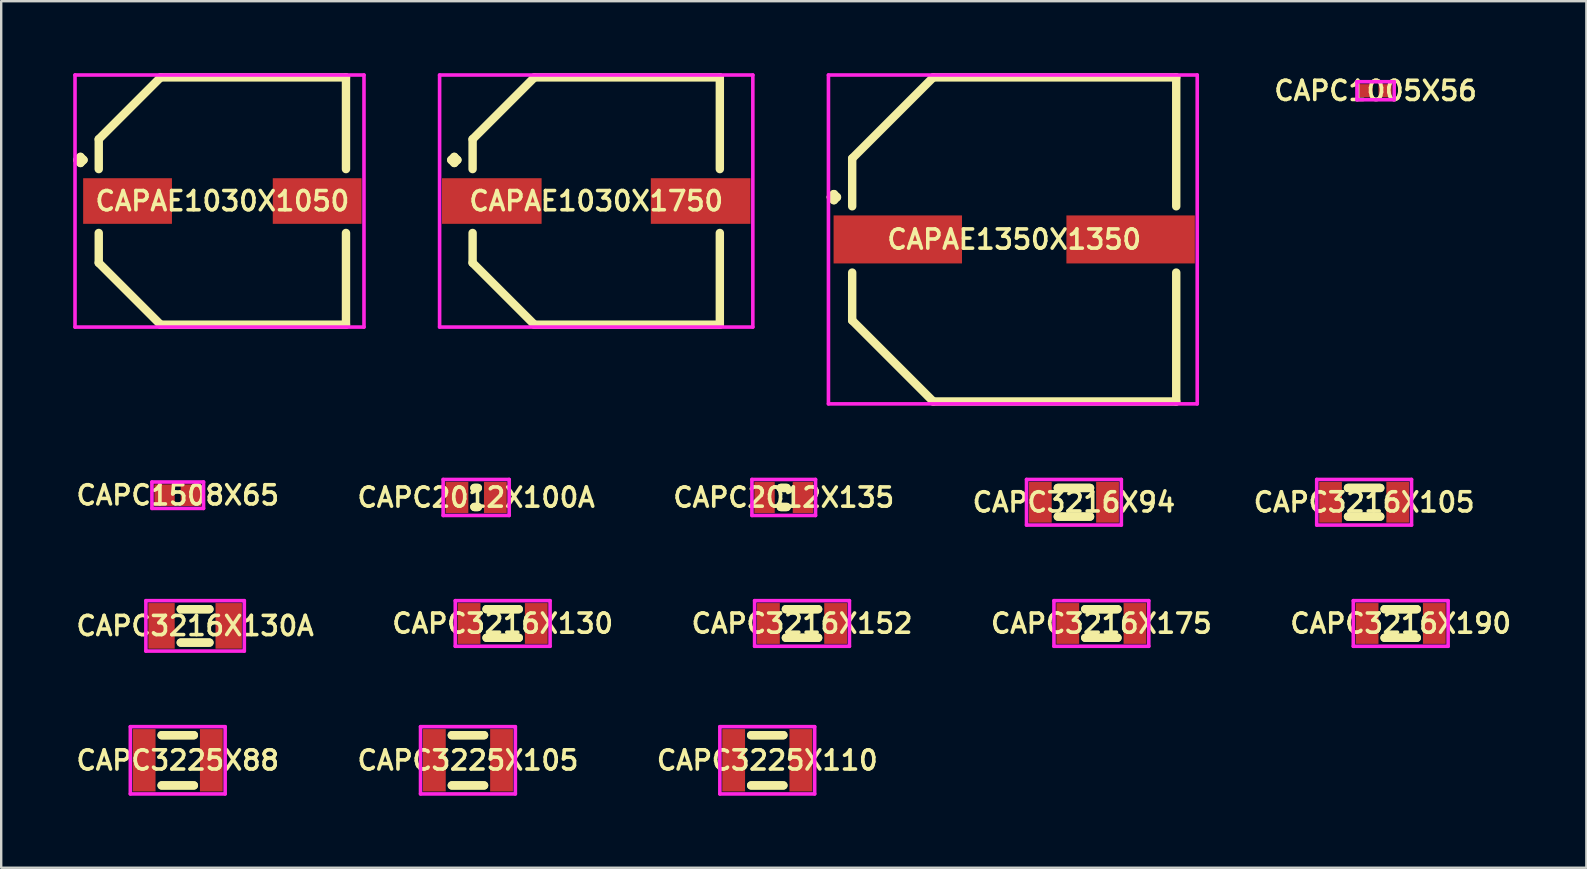
<source format=kicad_pcb>
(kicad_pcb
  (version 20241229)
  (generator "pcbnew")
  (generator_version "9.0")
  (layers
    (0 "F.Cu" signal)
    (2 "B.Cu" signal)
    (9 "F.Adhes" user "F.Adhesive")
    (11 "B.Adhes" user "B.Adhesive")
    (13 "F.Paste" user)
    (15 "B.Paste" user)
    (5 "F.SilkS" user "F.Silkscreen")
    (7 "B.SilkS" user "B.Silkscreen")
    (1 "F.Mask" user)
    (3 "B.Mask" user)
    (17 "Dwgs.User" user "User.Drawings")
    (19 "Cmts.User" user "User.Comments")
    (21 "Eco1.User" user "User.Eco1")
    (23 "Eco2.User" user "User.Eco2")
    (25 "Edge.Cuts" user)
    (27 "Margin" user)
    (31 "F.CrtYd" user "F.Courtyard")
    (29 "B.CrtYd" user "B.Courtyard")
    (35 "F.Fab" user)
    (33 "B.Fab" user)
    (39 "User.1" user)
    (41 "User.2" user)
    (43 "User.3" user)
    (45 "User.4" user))
  (footprint "CAPAE1350X1350"
    (layer "F.Cu")
    (at 39.203 6.925)
    (property "Reference" "CAPAE1350X1350" (at 0 0 0) (layer "F.SilkS") (effects (font (size 0.8 0.8) (thickness 0.15))))
    (attr smd)
    (fp_line (start -7.639 -1.762) (end -7.512 -1.889) (stroke (width 0.35) (type solid)) (layer "F.SilkS"))
    (fp_line (start -7.512 -1.889) (end -7.385 -1.762) (stroke (width 0.35) (type solid)) (layer "F.SilkS"))
    (fp_line (start -7.512 -1.635) (end -7.639 -1.762) (stroke (width 0.35) (type solid)) (layer "F.SilkS"))
    (fp_line (start -7.385 -1.762) (end -7.512 -1.635) (stroke (width 0.35) (type solid)) (layer "F.SilkS"))
    (fp_line (start -6.75 -3.375) (end -6.75 -1.381) (stroke (width 0.35) (type solid)) (layer "F.SilkS"))
    (fp_line (start -6.75 3.375) (end -6.75 1.381) (stroke (width 0.35) (type solid)) (layer "F.SilkS"))
    (fp_line (start -3.375 -6.75) (end -6.75 -3.375) (stroke (width 0.35) (type solid)) (layer "F.SilkS"))
    (fp_line (start -3.375 6.75) (end -6.75 3.375) (stroke (width 0.35) (type solid)) (layer "F.SilkS"))
    (fp_line (start 6.75 -6.75) (end -3.375 -6.75) (stroke (width 0.35) (type solid)) (layer "F.SilkS"))
    (fp_line (start 6.75 -1.381) (end 6.75 -6.75) (stroke (width 0.35) (type solid)) (layer "F.SilkS"))
    (fp_line (start 6.75 1.381) (end 6.75 6.75) (stroke (width 0.35) (type solid)) (layer "F.SilkS"))
    (fp_line (start 6.75 6.75) (end -3.375 6.75) (stroke (width 0.35) (type solid)) (layer "F.SilkS"))
    (fp_line (start -7.739 -6.85) (end 7.625 -6.85) (stroke (width 0.15) (type solid)) (layer "F.CrtYd"))
    (fp_line (start -7.739 6.85) (end -7.739 -6.85) (stroke (width 0.15) (type solid)) (layer "F.CrtYd"))
    (fp_line (start 7.625 -6.85) (end 7.625 6.85) (stroke (width 0.15) (type solid)) (layer "F.CrtYd"))
    (fp_line (start 7.625 6.85) (end -7.739 6.85) (stroke (width 0.15) (type solid)) (layer "F.CrtYd"))
    (pad "1" smd rect (at -4.85 0) (size 5.35 2) (layers "F.Cu" "F.Mask" "F.Paste"))
    (pad "2" smd rect (at 4.85 0) (size 5.35 2) (layers "F.Cu" "F.Mask" "F.Paste")))
  (footprint "CAPC3216X105"
    (layer "F.Cu")
    (at 53.781 17.875)
    (property "Reference" "CAPC3216X105" (at 0 0 0) (layer "F.SilkS") (effects (font (size 0.8 0.8) (thickness 0.15))))
    (attr smd)
    (fp_line (start -0.671 -0.596) (end 0.671 -0.596) (stroke (width 0.35) (type solid)) (layer "F.SilkS"))
    (fp_line (start -0.671 0.596) (end 0.671 0.596) (stroke (width 0.35) (type solid)) (layer "F.SilkS"))
    (fp_line (start 0.671 -0.596) (end -0.671 -0.596) (stroke (width 0.35) (type solid)) (layer "F.SilkS"))
    (fp_line (start 0.671 0.596) (end -0.671 0.596) (stroke (width 0.35) (type solid)) (layer "F.SilkS"))
    (fp_line (start -1.975 -0.95) (end 1.975 -0.95) (stroke (width 0.15) (type solid)) (layer "F.CrtYd"))
    (fp_line (start -1.975 0.95) (end -1.975 -0.95) (stroke (width 0.15) (type solid)) (layer "F.CrtYd"))
    (fp_line (start 1.975 -0.95) (end 1.975 0.95) (stroke (width 0.15) (type solid)) (layer "F.CrtYd"))
    (fp_line (start 1.975 0.95) (end -1.975 0.95) (stroke (width 0.15) (type solid)) (layer "F.CrtYd"))
    (pad "1" smd rect (at -1.4 0) (size 0.95 1.7) (layers "F.Cu" "F.Mask" "F.Paste"))
    (pad "2" smd rect (at 1.4 0) (size 0.95 1.7) (layers "F.Cu" "F.Mask" "F.Paste")))
  (footprint "CAPC3216X190"
    (layer "F.Cu")
    (at 55.305 22.925)
    (property "Reference" "CAPC3216X190" (at 0 0 0) (layer "F.SilkS") (effects (font (size 0.8 0.8) (thickness 0.15))))
    (attr smd)
    (fp_line (start -0.671 -0.596) (end 0.671 -0.596) (stroke (width 0.35) (type solid)) (layer "F.SilkS"))
    (fp_line (start -0.671 0.596) (end 0.671 0.596) (stroke (width 0.35) (type solid)) (layer "F.SilkS"))
    (fp_line (start 0.671 -0.596) (end -0.671 -0.596) (stroke (width 0.35) (type solid)) (layer "F.SilkS"))
    (fp_line (start 0.671 0.596) (end -0.671 0.596) (stroke (width 0.35) (type solid)) (layer "F.SilkS"))
    (fp_line (start -1.975 -0.95) (end 1.975 -0.95) (stroke (width 0.15) (type solid)) (layer "F.CrtYd"))
    (fp_line (start -1.975 0.95) (end -1.975 -0.95) (stroke (width 0.15) (type solid)) (layer "F.CrtYd"))
    (fp_line (start 1.975 -0.95) (end 1.975 0.95) (stroke (width 0.15) (type solid)) (layer "F.CrtYd"))
    (fp_line (start 1.975 0.95) (end -1.975 0.95) (stroke (width 0.15) (type solid)) (layer "F.CrtYd"))
    (pad "1" smd rect (at -1.4 0) (size 0.95 1.7) (layers "F.Cu" "F.Mask" "F.Paste"))
    (pad "2" smd rect (at 1.4 0) (size 0.95 1.7) (layers "F.Cu" "F.Mask" "F.Paste")))
  (footprint "CAPC2012X100A"
    (layer "F.Cu")
    (at 16.787 17.675)
    (property "Reference" "CAPC2012X100A" (at 0 0 0) (layer "F.SilkS") (effects (font (size 0.8 0.8) (thickness 0.15))))
    (attr smd)
    (fp_line (start -0.071 -0.396) (end 0.071 -0.396) (stroke (width 0.35) (type solid)) (layer "F.SilkS"))
    (fp_line (start -0.071 0.396) (end 0.071 0.396) (stroke (width 0.35) (type solid)) (layer "F.SilkS"))
    (fp_line (start 0.071 -0.396) (end -0.071 -0.396) (stroke (width 0.35) (type solid)) (layer "F.SilkS"))
    (fp_line (start 0.071 0.396) (end -0.071 0.396) (stroke (width 0.35) (type solid)) (layer "F.SilkS"))
    (fp_line (start -1.375 -0.75) (end 1.375 -0.75) (stroke (width 0.15) (type solid)) (layer "F.CrtYd"))
    (fp_line (start -1.375 0.75) (end -1.375 -0.75) (stroke (width 0.15) (type solid)) (layer "F.CrtYd"))
    (fp_line (start 1.375 -0.75) (end 1.375 0.75) (stroke (width 0.15) (type solid)) (layer "F.CrtYd"))
    (fp_line (start 1.375 0.75) (end -1.375 0.75) (stroke (width 0.15) (type solid)) (layer "F.CrtYd"))
    (pad "1" smd rect (at -0.8 0) (size 0.95 1.3) (layers "F.Cu" "F.Mask" "F.Paste"))
    (pad "2" smd rect (at 0.8 0) (size 0.95 1.3) (layers "F.Cu" "F.Mask" "F.Paste")))
  (footprint "CAPC1508X65"
    (layer "F.Cu")
    (at 4.355 17.581)
    (property "Reference" "CAPC1508X65" (at 0 0 0) (layer "F.SilkS") (effects (font (size 0.8 0.8) (thickness 0.15))))
    (attr smd)
    (fp_line (start -1.075 -0.55) (end 1.075 -0.55) (stroke (width 0.15) (type solid)) (layer "F.CrtYd"))
    (fp_line (start -1.075 0.55) (end -1.075 -0.55) (stroke (width 0.15) (type solid)) (layer "F.CrtYd"))
    (fp_line (start 1.075 -0.55) (end 1.075 0.55) (stroke (width 0.15) (type solid)) (layer "F.CrtYd"))
    (fp_line (start 1.075 0.55) (end -1.075 0.55) (stroke (width 0.15) (type solid)) (layer "F.CrtYd"))
    (pad "1" smd rect (at -0.55 0) (size 0.85 0.9) (layers "F.Cu" "F.Mask" "F.Paste"))
    (pad "2" smd rect (at 0.55 0) (size 0.85 0.9) (layers "F.Cu" "F.Mask" "F.Paste")))
  (footprint "CAPC3225X88"
    (layer "F.Cu")
    (at 4.355 28.625)
    (property "Reference" "CAPC3225X88" (at 0 0 0) (layer "F.SilkS") (effects (font (size 0.8 0.8) (thickness 0.15))))
    (attr smd)
    (fp_line (start -0.671 -1.046) (end 0.671 -1.046) (stroke (width 0.35) (type solid)) (layer "F.SilkS"))
    (fp_line (start -0.671 1.046) (end 0.671 1.046) (stroke (width 0.35) (type solid)) (layer "F.SilkS"))
    (fp_line (start 0.671 -1.046) (end -0.671 -1.046) (stroke (width 0.35) (type solid)) (layer "F.SilkS"))
    (fp_line (start 0.671 1.046) (end -0.671 1.046) (stroke (width 0.35) (type solid)) (layer "F.SilkS"))
    (fp_line (start -1.975 -1.4) (end 1.975 -1.4) (stroke (width 0.15) (type solid)) (layer "F.CrtYd"))
    (fp_line (start -1.975 1.4) (end -1.975 -1.4) (stroke (width 0.15) (type solid)) (layer "F.CrtYd"))
    (fp_line (start 1.975 -1.4) (end 1.975 1.4) (stroke (width 0.15) (type solid)) (layer "F.CrtYd"))
    (fp_line (start 1.975 1.4) (end -1.975 1.4) (stroke (width 0.15) (type solid)) (layer "F.CrtYd"))
    (pad "1" smd rect (at -1.4 0) (size 0.95 2.6) (layers "F.Cu" "F.Mask" "F.Paste"))
    (pad "2" smd rect (at 1.4 0) (size 0.95 2.6) (layers "F.Cu" "F.Mask" "F.Paste")))
  (footprint "CAPC3225X110"
    (layer "F.Cu")
    (at 28.915 28.625)
    (property "Reference" "CAPC3225X110" (at 0 0 0) (layer "F.SilkS") (effects (font (size 0.8 0.8) (thickness 0.15))))
    (attr smd)
    (fp_line (start -0.671 -1.046) (end 0.671 -1.046) (stroke (width 0.35) (type solid)) (layer "F.SilkS"))
    (fp_line (start -0.671 1.046) (end 0.671 1.046) (stroke (width 0.35) (type solid)) (layer "F.SilkS"))
    (fp_line (start 0.671 -1.046) (end -0.671 -1.046) (stroke (width 0.35) (type solid)) (layer "F.SilkS"))
    (fp_line (start 0.671 1.046) (end -0.671 1.046) (stroke (width 0.35) (type solid)) (layer "F.SilkS"))
    (fp_line (start -1.975 -1.4) (end 1.975 -1.4) (stroke (width 0.15) (type solid)) (layer "F.CrtYd"))
    (fp_line (start -1.975 1.4) (end -1.975 -1.4) (stroke (width 0.15) (type solid)) (layer "F.CrtYd"))
    (fp_line (start 1.975 -1.4) (end 1.975 1.4) (stroke (width 0.15) (type solid)) (layer "F.CrtYd"))
    (fp_line (start 1.975 1.4) (end -1.975 1.4) (stroke (width 0.15) (type solid)) (layer "F.CrtYd"))
    (pad "1" smd rect (at -1.4 0) (size 0.95 2.6) (layers "F.Cu" "F.Mask" "F.Paste"))
    (pad "2" smd rect (at 1.4 0) (size 0.95 2.6) (layers "F.Cu" "F.Mask" "F.Paste")))
  (footprint "CAPC3216X175"
    (layer "F.Cu")
    (at 42.834 22.925)
    (property "Reference" "CAPC3216X175" (at 0 0 0) (layer "F.SilkS") (effects (font (size 0.8 0.8) (thickness 0.15))))
    (attr smd)
    (fp_line (start -0.671 -0.596) (end 0.671 -0.596) (stroke (width 0.35) (type solid)) (layer "F.SilkS"))
    (fp_line (start -0.671 0.596) (end 0.671 0.596) (stroke (width 0.35) (type solid)) (layer "F.SilkS"))
    (fp_line (start 0.671 -0.596) (end -0.671 -0.596) (stroke (width 0.35) (type solid)) (layer "F.SilkS"))
    (fp_line (start 0.671 0.596) (end -0.671 0.596) (stroke (width 0.35) (type solid)) (layer "F.SilkS"))
    (fp_line (start -1.975 -0.95) (end 1.975 -0.95) (stroke (width 0.15) (type solid)) (layer "F.CrtYd"))
    (fp_line (start -1.975 0.95) (end -1.975 -0.95) (stroke (width 0.15) (type solid)) (layer "F.CrtYd"))
    (fp_line (start 1.975 -0.95) (end 1.975 0.95) (stroke (width 0.15) (type solid)) (layer "F.CrtYd"))
    (fp_line (start 1.975 0.95) (end -1.975 0.95) (stroke (width 0.15) (type solid)) (layer "F.CrtYd"))
    (pad "1" smd rect (at -1.4 0) (size 0.95 1.7) (layers "F.Cu" "F.Mask" "F.Paste"))
    (pad "2" smd rect (at 1.4 0) (size 0.95 1.7) (layers "F.Cu" "F.Mask" "F.Paste")))
  (footprint "CAPC3216X152"
    (layer "F.Cu")
    (at 30.363 22.925)
    (property "Reference" "CAPC3216X152" (at 0 0 0) (layer "F.SilkS") (effects (font (size 0.8 0.8) (thickness 0.15))))
    (attr smd)
    (fp_line (start -0.671 -0.596) (end 0.671 -0.596) (stroke (width 0.35) (type solid)) (layer "F.SilkS"))
    (fp_line (start -0.671 0.596) (end 0.671 0.596) (stroke (width 0.35) (type solid)) (layer "F.SilkS"))
    (fp_line (start 0.671 -0.596) (end -0.671 -0.596) (stroke (width 0.35) (type solid)) (layer "F.SilkS"))
    (fp_line (start 0.671 0.596) (end -0.671 0.596) (stroke (width 0.35) (type solid)) (layer "F.SilkS"))
    (fp_line (start -1.975 -0.95) (end 1.975 -0.95) (stroke (width 0.15) (type solid)) (layer "F.CrtYd"))
    (fp_line (start -1.975 0.95) (end -1.975 -0.95) (stroke (width 0.15) (type solid)) (layer "F.CrtYd"))
    (fp_line (start 1.975 -0.95) (end 1.975 0.95) (stroke (width 0.15) (type solid)) (layer "F.CrtYd"))
    (fp_line (start 1.975 0.95) (end -1.975 0.95) (stroke (width 0.15) (type solid)) (layer "F.CrtYd"))
    (pad "1" smd rect (at -1.4 0) (size 0.95 1.7) (layers "F.Cu" "F.Mask" "F.Paste"))
    (pad "2" smd rect (at 1.4 0) (size 0.95 1.7) (layers "F.Cu" "F.Mask" "F.Paste")))
  (footprint "CAPAE1030X1050"
    (layer "F.Cu")
    (at 6.214 5.325)
    (property "Reference" "CAPAE1030X1050" (at 0 0 0) (layer "F.SilkS") (effects (font (size 0.8 0.8) (thickness 0.15))))
    (attr smd)
    (fp_line (start -6.039 -1.712) (end -5.912 -1.839) (stroke (width 0.35) (type solid)) (layer "F.SilkS"))
    (fp_line (start -5.912 -1.839) (end -5.785 -1.712) (stroke (width 0.35) (type solid)) (layer "F.SilkS"))
    (fp_line (start -5.912 -1.585) (end -6.039 -1.712) (stroke (width 0.35) (type solid)) (layer "F.SilkS"))
    (fp_line (start -5.785 -1.712) (end -5.912 -1.585) (stroke (width 0.35) (type solid)) (layer "F.SilkS"))
    (fp_line (start -5.15 -2.575) (end -5.15 -1.331) (stroke (width 0.35) (type solid)) (layer "F.SilkS"))
    (fp_line (start -5.15 2.575) (end -5.15 1.331) (stroke (width 0.35) (type solid)) (layer "F.SilkS"))
    (fp_line (start -2.575 -5.15) (end -5.15 -2.575) (stroke (width 0.35) (type solid)) (layer "F.SilkS"))
    (fp_line (start -2.575 5.15) (end -5.15 2.575) (stroke (width 0.35) (type solid)) (layer "F.SilkS"))
    (fp_line (start 5.15 -5.15) (end -2.575 -5.15) (stroke (width 0.35) (type solid)) (layer "F.SilkS"))
    (fp_line (start 5.15 -1.331) (end 5.15 -5.15) (stroke (width 0.35) (type solid)) (layer "F.SilkS"))
    (fp_line (start 5.15 1.331) (end 5.15 5.15) (stroke (width 0.35) (type solid)) (layer "F.SilkS"))
    (fp_line (start 5.15 5.15) (end -2.575 5.15) (stroke (width 0.35) (type solid)) (layer "F.SilkS"))
    (fp_line (start -6.139 -5.25) (end 5.9 -5.25) (stroke (width 0.15) (type solid)) (layer "F.CrtYd"))
    (fp_line (start -6.139 5.25) (end -6.139 -5.25) (stroke (width 0.15) (type solid)) (layer "F.CrtYd"))
    (fp_line (start 5.9 -5.25) (end 5.9 5.25) (stroke (width 0.15) (type solid)) (layer "F.CrtYd"))
    (fp_line (start 5.9 5.25) (end -6.139 5.25) (stroke (width 0.15) (type solid)) (layer "F.CrtYd"))
    (pad "1" smd rect (at -3.95 0) (size 3.7 1.9) (layers "F.Cu" "F.Mask" "F.Paste"))
    (pad "2" smd rect (at 3.95 0) (size 3.7 1.9) (layers "F.Cu" "F.Mask" "F.Paste")))
  (footprint "CAPC3216X130A"
    (layer "F.Cu")
    (at 5.078 23.025)
    (property "Reference" "CAPC3216X130A" (at 0 0 0) (layer "F.SilkS") (effects (font (size 0.8 0.8) (thickness 0.15))))
    (attr smd)
    (fp_line (start -0.596 -0.696) (end 0.596 -0.696) (stroke (width 0.35) (type solid)) (layer "F.SilkS"))
    (fp_line (start -0.596 0.696) (end 0.596 0.696) (stroke (width 0.35) (type solid)) (layer "F.SilkS"))
    (fp_line (start 0.596 -0.696) (end -0.596 -0.696) (stroke (width 0.35) (type solid)) (layer "F.SilkS"))
    (fp_line (start 0.596 0.696) (end -0.596 0.696) (stroke (width 0.35) (type solid)) (layer "F.SilkS"))
    (fp_line (start -2.05 -1.05) (end 2.05 -1.05) (stroke (width 0.15) (type solid)) (layer "F.CrtYd"))
    (fp_line (start -2.05 1.05) (end -2.05 -1.05) (stroke (width 0.15) (type solid)) (layer "F.CrtYd"))
    (fp_line (start 2.05 -1.05) (end 2.05 1.05) (stroke (width 0.15) (type solid)) (layer "F.CrtYd"))
    (fp_line (start 2.05 1.05) (end -2.05 1.05) (stroke (width 0.15) (type solid)) (layer "F.CrtYd"))
    (pad "1" smd rect (at -1.4 0) (size 1.1 1.9) (layers "F.Cu" "F.Mask" "F.Paste"))
    (pad "2" smd rect (at 1.4 0) (size 1.1 1.9) (layers "F.Cu" "F.Mask" "F.Paste")))
  (footprint "CAPC3216X94"
    (layer "F.Cu")
    (at 41.691 17.875)
    (property "Reference" "CAPC3216X94" (at 0 0 0) (layer "F.SilkS") (effects (font (size 0.8 0.8) (thickness 0.15))))
    (attr smd)
    (fp_line (start -0.671 -0.596) (end 0.671 -0.596) (stroke (width 0.35) (type solid)) (layer "F.SilkS"))
    (fp_line (start -0.671 0.596) (end 0.671 0.596) (stroke (width 0.35) (type solid)) (layer "F.SilkS"))
    (fp_line (start 0.671 -0.596) (end -0.671 -0.596) (stroke (width 0.35) (type solid)) (layer "F.SilkS"))
    (fp_line (start 0.671 0.596) (end -0.671 0.596) (stroke (width 0.35) (type solid)) (layer "F.SilkS"))
    (fp_line (start -1.975 -0.95) (end 1.975 -0.95) (stroke (width 0.15) (type solid)) (layer "F.CrtYd"))
    (fp_line (start -1.975 0.95) (end -1.975 -0.95) (stroke (width 0.15) (type solid)) (layer "F.CrtYd"))
    (fp_line (start 1.975 -0.95) (end 1.975 0.95) (stroke (width 0.15) (type solid)) (layer "F.CrtYd"))
    (fp_line (start 1.975 0.95) (end -1.975 0.95) (stroke (width 0.15) (type solid)) (layer "F.CrtYd"))
    (pad "1" smd rect (at -1.4 0) (size 0.95 1.7) (layers "F.Cu" "F.Mask" "F.Paste"))
    (pad "2" smd rect (at 1.4 0) (size 0.95 1.7) (layers "F.Cu" "F.Mask" "F.Paste")))
  (footprint "CAPC2012X135"
    (layer "F.Cu")
    (at 29.601 17.675)
    (property "Reference" "CAPC2012X135" (at 0 0 0) (layer "F.SilkS") (effects (font (size 0.8 0.8) (thickness 0.15))))
    (attr smd)
    (fp_line (start -0.121 -0.396) (end 0.121 -0.396) (stroke (width 0.35) (type solid)) (layer "F.SilkS"))
    (fp_line (start -0.121 0.396) (end 0.121 0.396) (stroke (width 0.35) (type solid)) (layer "F.SilkS"))
    (fp_line (start 0.121 -0.396) (end -0.121 -0.396) (stroke (width 0.35) (type solid)) (layer "F.SilkS"))
    (fp_line (start 0.121 0.396) (end -0.121 0.396) (stroke (width 0.35) (type solid)) (layer "F.SilkS"))
    (fp_line (start -1.325 -0.75) (end 1.325 -0.75) (stroke (width 0.15) (type solid)) (layer "F.CrtYd"))
    (fp_line (start -1.325 0.75) (end -1.325 -0.75) (stroke (width 0.15) (type solid)) (layer "F.CrtYd"))
    (fp_line (start 1.325 -0.75) (end 1.325 0.75) (stroke (width 0.15) (type solid)) (layer "F.CrtYd"))
    (fp_line (start 1.325 0.75) (end -1.325 0.75) (stroke (width 0.15) (type solid)) (layer "F.CrtYd"))
    (pad "1" smd rect (at -0.8 0) (size 0.85 1.3) (layers "F.Cu" "F.Mask" "F.Paste"))
    (pad "2" smd rect (at 0.8 0) (size 0.85 1.3) (layers "F.Cu" "F.Mask" "F.Paste")))
  (footprint "CAPAE1030X1750"
    (layer "F.Cu")
    (at 21.789 5.325)
    (property "Reference" "CAPAE1030X1750" (at 0 0 0) (layer "F.SilkS") (effects (font (size 0.8 0.8) (thickness 0.15))))
    (attr smd)
    (fp_line (start -6.039 -1.712) (end -5.912 -1.839) (stroke (width 0.35) (type solid)) (layer "F.SilkS"))
    (fp_line (start -5.912 -1.839) (end -5.785 -1.712) (stroke (width 0.35) (type solid)) (layer "F.SilkS"))
    (fp_line (start -5.912 -1.585) (end -6.039 -1.712) (stroke (width 0.35) (type solid)) (layer "F.SilkS"))
    (fp_line (start -5.785 -1.712) (end -5.912 -1.585) (stroke (width 0.35) (type solid)) (layer "F.SilkS"))
    (fp_line (start -5.15 -2.575) (end -5.15 -1.331) (stroke (width 0.35) (type solid)) (layer "F.SilkS"))
    (fp_line (start -5.15 2.575) (end -5.15 1.331) (stroke (width 0.35) (type solid)) (layer "F.SilkS"))
    (fp_line (start -2.575 -5.15) (end -5.15 -2.575) (stroke (width 0.35) (type solid)) (layer "F.SilkS"))
    (fp_line (start -2.575 5.15) (end -5.15 2.575) (stroke (width 0.35) (type solid)) (layer "F.SilkS"))
    (fp_line (start 5.15 -5.15) (end -2.575 -5.15) (stroke (width 0.35) (type solid)) (layer "F.SilkS"))
    (fp_line (start 5.15 -1.331) (end 5.15 -5.15) (stroke (width 0.35) (type solid)) (layer "F.SilkS"))
    (fp_line (start 5.15 1.331) (end 5.15 5.15) (stroke (width 0.35) (type solid)) (layer "F.SilkS"))
    (fp_line (start 5.15 5.15) (end -2.575 5.15) (stroke (width 0.35) (type solid)) (layer "F.SilkS"))
    (fp_line (start -6.525 -5.25) (end 6.525 -5.25) (stroke (width 0.15) (type solid)) (layer "F.CrtYd"))
    (fp_line (start -6.525 5.25) (end -6.525 -5.25) (stroke (width 0.15) (type solid)) (layer "F.CrtYd"))
    (fp_line (start 6.525 -5.25) (end 6.525 5.25) (stroke (width 0.15) (type solid)) (layer "F.CrtYd"))
    (fp_line (start 6.525 5.25) (end -6.525 5.25) (stroke (width 0.15) (type solid)) (layer "F.CrtYd"))
    (pad "1" smd rect (at -4.35 0) (size 4.15 1.9) (layers "F.Cu" "F.Mask" "F.Paste"))
    (pad "2" smd rect (at 4.35 0) (size 4.15 1.9) (layers "F.Cu" "F.Mask" "F.Paste")))
  (footprint "CAPC3216X130"
    (layer "F.Cu")
    (at 17.892 22.925)
    (property "Reference" "CAPC3216X130" (at 0 0 0) (layer "F.SilkS") (effects (font (size 0.8 0.8) (thickness 0.15))))
    (attr smd)
    (fp_line (start -0.671 -0.596) (end 0.671 -0.596) (stroke (width 0.35) (type solid)) (layer "F.SilkS"))
    (fp_line (start -0.671 0.596) (end 0.671 0.596) (stroke (width 0.35) (type solid)) (layer "F.SilkS"))
    (fp_line (start 0.671 -0.596) (end -0.671 -0.596) (stroke (width 0.35) (type solid)) (layer "F.SilkS"))
    (fp_line (start 0.671 0.596) (end -0.671 0.596) (stroke (width 0.35) (type solid)) (layer "F.SilkS"))
    (fp_line (start -1.975 -0.95) (end 1.975 -0.95) (stroke (width 0.15) (type solid)) (layer "F.CrtYd"))
    (fp_line (start -1.975 0.95) (end -1.975 -0.95) (stroke (width 0.15) (type solid)) (layer "F.CrtYd"))
    (fp_line (start 1.975 -0.95) (end 1.975 0.95) (stroke (width 0.15) (type solid)) (layer "F.CrtYd"))
    (fp_line (start 1.975 0.95) (end -1.975 0.95) (stroke (width 0.15) (type solid)) (layer "F.CrtYd"))
    (pad "1" smd rect (at -1.4 0) (size 0.95 1.7) (layers "F.Cu" "F.Mask" "F.Paste"))
    (pad "2" smd rect (at 1.4 0) (size 0.95 1.7) (layers "F.Cu" "F.Mask" "F.Paste")))
  (footprint "CAPC3225X105"
    (layer "F.Cu")
    (at 16.445 28.625)
    (property "Reference" "CAPC3225X105" (at 0 0 0) (layer "F.SilkS") (effects (font (size 0.8 0.8) (thickness 0.15))))
    (attr smd)
    (fp_line (start -0.671 -1.046) (end 0.671 -1.046) (stroke (width 0.35) (type solid)) (layer "F.SilkS"))
    (fp_line (start -0.671 1.046) (end 0.671 1.046) (stroke (width 0.35) (type solid)) (layer "F.SilkS"))
    (fp_line (start 0.671 -1.046) (end -0.671 -1.046) (stroke (width 0.35) (type solid)) (layer "F.SilkS"))
    (fp_line (start 0.671 1.046) (end -0.671 1.046) (stroke (width 0.35) (type solid)) (layer "F.SilkS"))
    (fp_line (start -1.975 -1.4) (end 1.975 -1.4) (stroke (width 0.15) (type solid)) (layer "F.CrtYd"))
    (fp_line (start -1.975 1.4) (end -1.975 -1.4) (stroke (width 0.15) (type solid)) (layer "F.CrtYd"))
    (fp_line (start 1.975 -1.4) (end 1.975 1.4) (stroke (width 0.15) (type solid)) (layer "F.CrtYd"))
    (fp_line (start 1.975 1.4) (end -1.975 1.4) (stroke (width 0.15) (type solid)) (layer "F.CrtYd"))
    (pad "1" smd rect (at -1.4 0) (size 0.95 2.6) (layers "F.Cu" "F.Mask" "F.Paste"))
    (pad "2" smd rect (at 1.4 0) (size 0.95 2.6) (layers "F.Cu" "F.Mask" "F.Paste")))
  (footprint "CAPC1005X56"
    (layer "F.Cu")
    (at 54.258 0.731)
    (property "Reference" "CAPC1005X56" (at 0 0 0) (layer "F.SilkS") (effects (font (size 0.8 0.8) (thickness 0.15))))
    (attr smd)
    (fp_line (start -0.775 -0.375) (end 0.775 -0.375) (stroke (width 0.15) (type solid)) (layer "F.CrtYd"))
    (fp_line (start -0.775 0.375) (end -0.775 -0.375) (stroke (width 0.15) (type solid)) (layer "F.CrtYd"))
    (fp_line (start 0.775 -0.375) (end 0.775 0.375) (stroke (width 0.15) (type solid)) (layer "F.CrtYd"))
    (fp_line (start 0.775 0.375) (end -0.775 0.375) (stroke (width 0.15) (type solid)) (layer "F.CrtYd"))
    (pad "1" smd rect (at -0.4 0) (size 0.55 0.55) (layers "F.Cu" "F.Mask" "F.Paste"))
    (pad "2" smd rect (at 0.4 0) (size 0.55 0.55) (layers "F.Cu" "F.Mask" "F.Paste")))
  (gr_rect
    (start -3 -3)
    (end 63.04 33.1)
    (stroke (width 0.1) (type default))
    (fill no)
    (layer "Edge.Cuts")))
</source>
